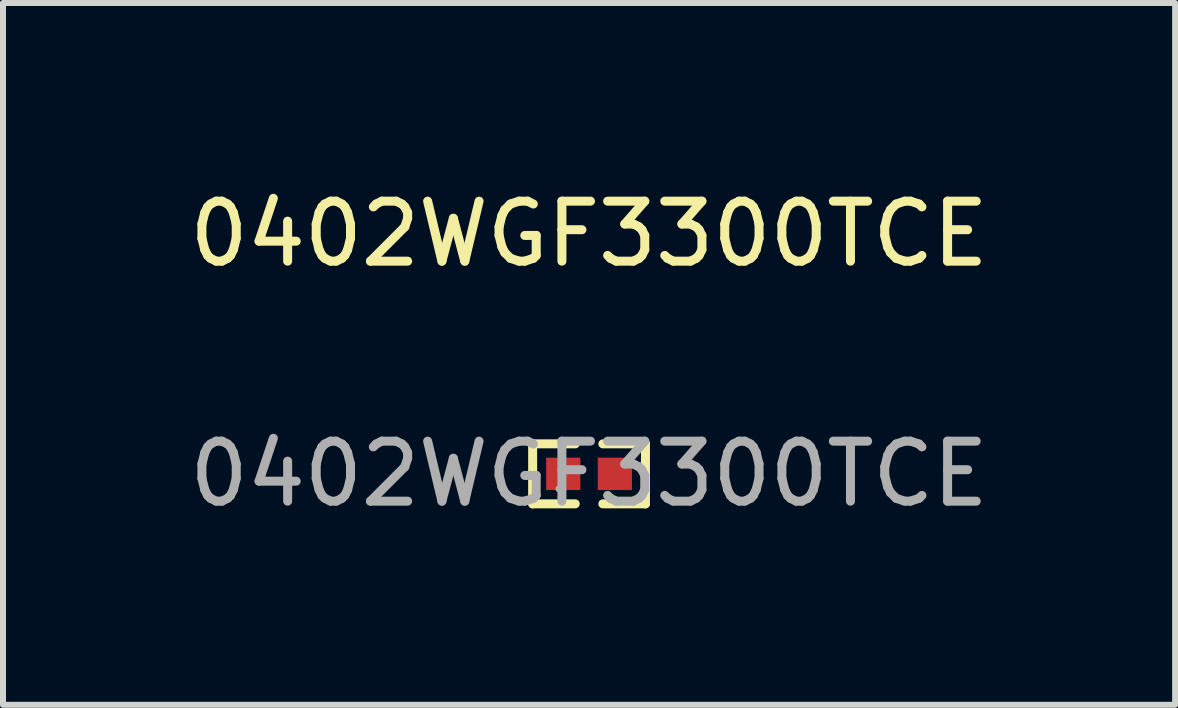
<source format=kicad_pcb>
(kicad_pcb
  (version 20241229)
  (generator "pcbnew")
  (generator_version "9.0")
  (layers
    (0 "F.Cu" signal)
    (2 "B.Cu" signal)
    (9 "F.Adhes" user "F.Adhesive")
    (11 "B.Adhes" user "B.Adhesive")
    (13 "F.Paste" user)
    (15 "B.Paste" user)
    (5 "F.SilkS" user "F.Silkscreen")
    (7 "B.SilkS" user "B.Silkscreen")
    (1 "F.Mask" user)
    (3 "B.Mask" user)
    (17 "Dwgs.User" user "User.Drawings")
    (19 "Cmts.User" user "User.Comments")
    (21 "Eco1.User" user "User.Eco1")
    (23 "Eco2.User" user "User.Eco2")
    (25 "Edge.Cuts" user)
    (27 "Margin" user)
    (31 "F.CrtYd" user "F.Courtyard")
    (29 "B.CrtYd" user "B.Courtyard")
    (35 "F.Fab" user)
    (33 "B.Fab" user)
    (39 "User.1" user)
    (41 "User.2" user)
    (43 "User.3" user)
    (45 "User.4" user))
  (footprint "0402WGF3300TCE"
    (layer "F.Cu")
    (at 6.768 4.848)
    (property "Reference" "0402WGF3300TCE" (at 0 -4 0) (layer "F.SilkS") (effects (font (size 1 1) (thickness 0.15))))
    (attr smd)
    (fp_line (start -0.94 -0.5) (end -0.23 -0.5) (stroke (width 0.15) (type solid)) (layer "F.SilkS"))
    (fp_line (start -0.94 0.5) (end -0.94 -0.5) (stroke (width 0.15) (type solid)) (layer "F.SilkS"))
    (fp_line (start -0.23 0.5) (end -0.94 0.5) (stroke (width 0.15) (type solid)) (layer "F.SilkS"))
    (fp_line (start 0.23 0.5) (end 0.94 0.5) (stroke (width 0.15) (type solid)) (layer "F.SilkS"))
    (fp_line (start 0.94 -0.5) (end 0.23 -0.5) (stroke (width 0.15) (type solid)) (layer "F.SilkS"))
    (fp_line (start 0.94 0.5) (end 0.94 -0.5) (stroke (width 0.15) (type solid)) (layer "F.SilkS"))
    (fp_circle (center -0.5 0.25) (end -0.47 0.25) (stroke (width 0.06) (type solid)) (fill no) (layer "F.Fab"))
    (fp_text user "${REFERENCE}" (at 0 0 0) (layer "F.Fab") (effects (font (size 1 1) (thickness 0.15))))
    (pad "1" smd rect (at -0.43 0) (size 0.57 0.54) (layers "F.Cu" "F.Mask" "F.Paste"))
    (pad "2" smd rect (at 0.43 0) (size 0.57 0.54) (layers "F.Cu" "F.Mask" "F.Paste")))
  (gr_rect
    (start -3 -3)
    (end 16.536 8.697)
    (stroke (width 0.1) (type default))
    (fill no)
    (layer "Edge.Cuts")))
</source>
